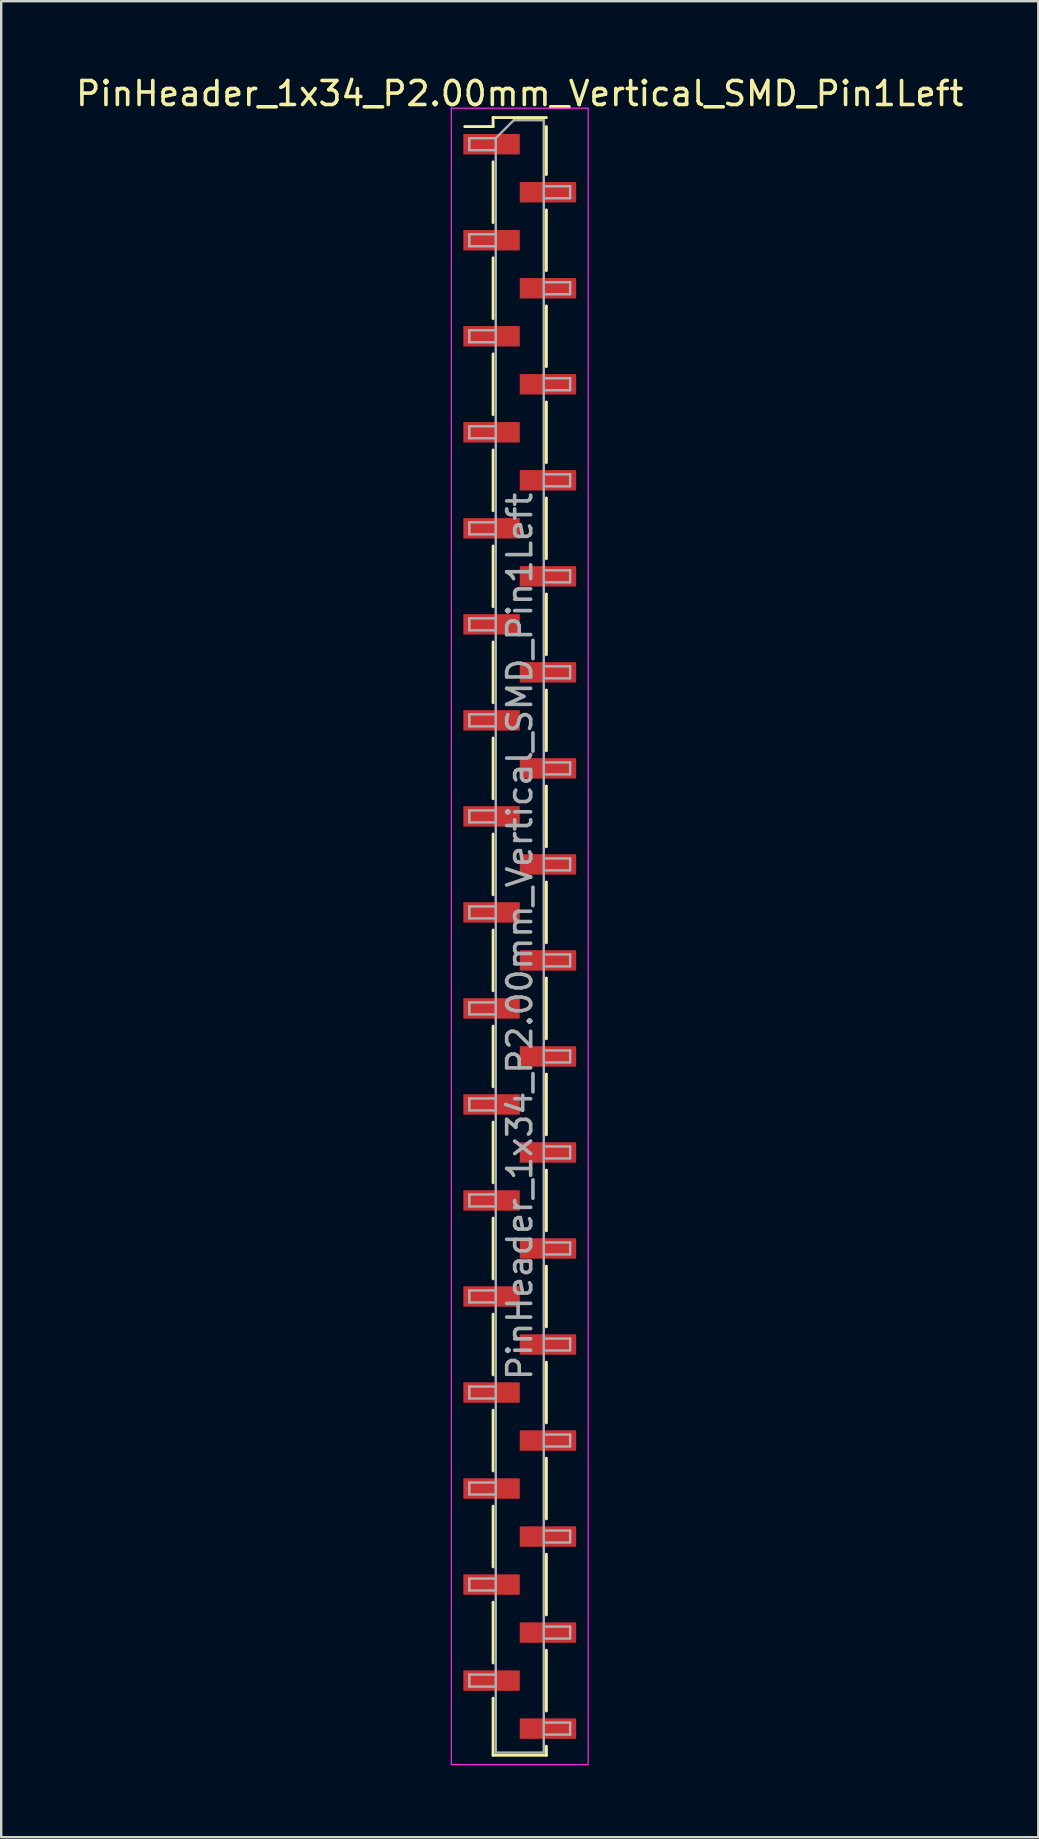
<source format=kicad_pcb>
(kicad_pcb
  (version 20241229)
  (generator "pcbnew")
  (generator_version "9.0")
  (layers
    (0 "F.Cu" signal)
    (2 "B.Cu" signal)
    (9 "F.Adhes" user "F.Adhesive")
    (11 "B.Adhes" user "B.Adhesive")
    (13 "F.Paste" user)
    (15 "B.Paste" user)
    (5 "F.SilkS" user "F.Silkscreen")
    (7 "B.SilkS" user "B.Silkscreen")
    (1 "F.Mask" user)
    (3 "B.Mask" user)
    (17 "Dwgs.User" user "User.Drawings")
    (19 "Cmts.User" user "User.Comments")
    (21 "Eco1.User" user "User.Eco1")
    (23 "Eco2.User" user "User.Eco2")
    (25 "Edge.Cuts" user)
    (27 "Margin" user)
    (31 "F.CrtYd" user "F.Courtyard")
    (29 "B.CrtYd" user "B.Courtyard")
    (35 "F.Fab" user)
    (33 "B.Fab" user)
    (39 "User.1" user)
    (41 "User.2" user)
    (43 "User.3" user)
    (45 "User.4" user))
  (footprint "PinHeader_1x34_P2.00mm_Vertical_SMD_Pin1Left"
    (layer "F.Cu")
    (at 18.601 35.958)
    (property "Reference" "PinHeader_1x34_P2.00mm_Vertical_SMD_Pin1Left" (at 0 -35.11 0) (layer "F.SilkS") (effects (font (size 1 1) (thickness 0.15))))
    (attr smd)
    (fp_line (start -1.11 -34.11) (end -1.11 -33.735) (stroke (width 0.12) (type solid)) (layer "F.SilkS"))
    (fp_line (start -1.11 -34.11) (end 1.11 -34.11) (stroke (width 0.12) (type solid)) (layer "F.SilkS"))
    (fp_line (start -1.11 -33.735) (end -2.29 -33.735) (stroke (width 0.12) (type solid)) (layer "F.SilkS"))
    (fp_line (start -1.11 -32.265) (end -1.11 -29.735) (stroke (width 0.12) (type solid)) (layer "F.SilkS"))
    (fp_line (start -1.11 -28.265) (end -1.11 -25.735) (stroke (width 0.12) (type solid)) (layer "F.SilkS"))
    (fp_line (start -1.11 -24.265) (end -1.11 -21.735) (stroke (width 0.12) (type solid)) (layer "F.SilkS"))
    (fp_line (start -1.11 -20.265) (end -1.11 -17.735) (stroke (width 0.12) (type solid)) (layer "F.SilkS"))
    (fp_line (start -1.11 -16.265) (end -1.11 -13.735) (stroke (width 0.12) (type solid)) (layer "F.SilkS"))
    (fp_line (start -1.11 -12.265) (end -1.11 -9.735) (stroke (width 0.12) (type solid)) (layer "F.SilkS"))
    (fp_line (start -1.11 -8.265) (end -1.11 -5.735) (stroke (width 0.12) (type solid)) (layer "F.SilkS"))
    (fp_line (start -1.11 -4.265) (end -1.11 -1.735) (stroke (width 0.12) (type solid)) (layer "F.SilkS"))
    (fp_line (start -1.11 -0.265) (end -1.11 2.265) (stroke (width 0.12) (type solid)) (layer "F.SilkS"))
    (fp_line (start -1.11 3.735) (end -1.11 6.265) (stroke (width 0.12) (type solid)) (layer "F.SilkS"))
    (fp_line (start -1.11 7.735) (end -1.11 10.265) (stroke (width 0.12) (type solid)) (layer "F.SilkS"))
    (fp_line (start -1.11 11.735) (end -1.11 14.265) (stroke (width 0.12) (type solid)) (layer "F.SilkS"))
    (fp_line (start -1.11 15.735) (end -1.11 18.265) (stroke (width 0.12) (type solid)) (layer "F.SilkS"))
    (fp_line (start -1.11 19.735) (end -1.11 22.265) (stroke (width 0.12) (type solid)) (layer "F.SilkS"))
    (fp_line (start -1.11 23.735) (end -1.11 26.265) (stroke (width 0.12) (type solid)) (layer "F.SilkS"))
    (fp_line (start -1.11 27.735) (end -1.11 30.265) (stroke (width 0.12) (type solid)) (layer "F.SilkS"))
    (fp_line (start -1.11 31.735) (end -1.11 34.11) (stroke (width 0.12) (type solid)) (layer "F.SilkS"))
    (fp_line (start -1.11 34.11) (end 1.11 34.11) (stroke (width 0.12) (type solid)) (layer "F.SilkS"))
    (fp_line (start 1.11 -33.735) (end 1.11 -31.735) (stroke (width 0.12) (type solid)) (layer "F.SilkS"))
    (fp_line (start 1.11 -30.265) (end 1.11 -27.735) (stroke (width 0.12) (type solid)) (layer "F.SilkS"))
    (fp_line (start 1.11 -26.265) (end 1.11 -23.735) (stroke (width 0.12) (type solid)) (layer "F.SilkS"))
    (fp_line (start 1.11 -22.265) (end 1.11 -19.735) (stroke (width 0.12) (type solid)) (layer "F.SilkS"))
    (fp_line (start 1.11 -18.265) (end 1.11 -15.735) (stroke (width 0.12) (type solid)) (layer "F.SilkS"))
    (fp_line (start 1.11 -14.265) (end 1.11 -11.735) (stroke (width 0.12) (type solid)) (layer "F.SilkS"))
    (fp_line (start 1.11 -10.265) (end 1.11 -7.735) (stroke (width 0.12) (type solid)) (layer "F.SilkS"))
    (fp_line (start 1.11 -6.265) (end 1.11 -3.735) (stroke (width 0.12) (type solid)) (layer "F.SilkS"))
    (fp_line (start 1.11 -2.265) (end 1.11 0.265) (stroke (width 0.12) (type solid)) (layer "F.SilkS"))
    (fp_line (start 1.11 1.735) (end 1.11 4.265) (stroke (width 0.12) (type solid)) (layer "F.SilkS"))
    (fp_line (start 1.11 5.735) (end 1.11 8.265) (stroke (width 0.12) (type solid)) (layer "F.SilkS"))
    (fp_line (start 1.11 9.735) (end 1.11 12.265) (stroke (width 0.12) (type solid)) (layer "F.SilkS"))
    (fp_line (start 1.11 13.735) (end 1.11 16.265) (stroke (width 0.12) (type solid)) (layer "F.SilkS"))
    (fp_line (start 1.11 17.735) (end 1.11 20.265) (stroke (width 0.12) (type solid)) (layer "F.SilkS"))
    (fp_line (start 1.11 21.735) (end 1.11 24.265) (stroke (width 0.12) (type solid)) (layer "F.SilkS"))
    (fp_line (start 1.11 25.735) (end 1.11 28.265) (stroke (width 0.12) (type solid)) (layer "F.SilkS"))
    (fp_line (start 1.11 29.735) (end 1.11 32.265) (stroke (width 0.12) (type solid)) (layer "F.SilkS"))
    (fp_line (start 1.11 33.735) (end 1.11 34.11) (stroke (width 0.12) (type solid)) (layer "F.SilkS"))
    (fp_line (start -2.85 -34.5) (end -2.85 34.5) (stroke (width 0.05) (type solid)) (layer "F.CrtYd"))
    (fp_line (start -2.85 34.5) (end 2.85 34.5) (stroke (width 0.05) (type solid)) (layer "F.CrtYd"))
    (fp_line (start 2.85 -34.5) (end -2.85 -34.5) (stroke (width 0.05) (type solid)) (layer "F.CrtYd"))
    (fp_line (start 2.85 34.5) (end 2.85 -34.5) (stroke (width 0.05) (type solid)) (layer "F.CrtYd"))
    (fp_line (start -2.1 -33.25) (end -2.1 -32.75) (stroke (width 0.1) (type solid)) (layer "F.Fab"))
    (fp_line (start -2.1 -32.75) (end -1 -32.75) (stroke (width 0.1) (type solid)) (layer "F.Fab"))
    (fp_line (start -2.1 -29.25) (end -2.1 -28.75) (stroke (width 0.1) (type solid)) (layer "F.Fab"))
    (fp_line (start -2.1 -28.75) (end -1 -28.75) (stroke (width 0.1) (type solid)) (layer "F.Fab"))
    (fp_line (start -2.1 -25.25) (end -2.1 -24.75) (stroke (width 0.1) (type solid)) (layer "F.Fab"))
    (fp_line (start -2.1 -24.75) (end -1 -24.75) (stroke (width 0.1) (type solid)) (layer "F.Fab"))
    (fp_line (start -2.1 -21.25) (end -2.1 -20.75) (stroke (width 0.1) (type solid)) (layer "F.Fab"))
    (fp_line (start -2.1 -20.75) (end -1 -20.75) (stroke (width 0.1) (type solid)) (layer "F.Fab"))
    (fp_line (start -2.1 -17.25) (end -2.1 -16.75) (stroke (width 0.1) (type solid)) (layer "F.Fab"))
    (fp_line (start -2.1 -16.75) (end -1 -16.75) (stroke (width 0.1) (type solid)) (layer "F.Fab"))
    (fp_line (start -2.1 -13.25) (end -2.1 -12.75) (stroke (width 0.1) (type solid)) (layer "F.Fab"))
    (fp_line (start -2.1 -12.75) (end -1 -12.75) (stroke (width 0.1) (type solid)) (layer "F.Fab"))
    (fp_line (start -2.1 -9.25) (end -2.1 -8.75) (stroke (width 0.1) (type solid)) (layer "F.Fab"))
    (fp_line (start -2.1 -8.75) (end -1 -8.75) (stroke (width 0.1) (type solid)) (layer "F.Fab"))
    (fp_line (start -2.1 -5.25) (end -2.1 -4.75) (stroke (width 0.1) (type solid)) (layer "F.Fab"))
    (fp_line (start -2.1 -4.75) (end -1 -4.75) (stroke (width 0.1) (type solid)) (layer "F.Fab"))
    (fp_line (start -2.1 -1.25) (end -2.1 -0.75) (stroke (width 0.1) (type solid)) (layer "F.Fab"))
    (fp_line (start -2.1 -0.75) (end -1 -0.75) (stroke (width 0.1) (type solid)) (layer "F.Fab"))
    (fp_line (start -2.1 2.75) (end -2.1 3.25) (stroke (width 0.1) (type solid)) (layer "F.Fab"))
    (fp_line (start -2.1 3.25) (end -1 3.25) (stroke (width 0.1) (type solid)) (layer "F.Fab"))
    (fp_line (start -2.1 6.75) (end -2.1 7.25) (stroke (width 0.1) (type solid)) (layer "F.Fab"))
    (fp_line (start -2.1 7.25) (end -1 7.25) (stroke (width 0.1) (type solid)) (layer "F.Fab"))
    (fp_line (start -2.1 10.75) (end -2.1 11.25) (stroke (width 0.1) (type solid)) (layer "F.Fab"))
    (fp_line (start -2.1 11.25) (end -1 11.25) (stroke (width 0.1) (type solid)) (layer "F.Fab"))
    (fp_line (start -2.1 14.75) (end -2.1 15.25) (stroke (width 0.1) (type solid)) (layer "F.Fab"))
    (fp_line (start -2.1 15.25) (end -1 15.25) (stroke (width 0.1) (type solid)) (layer "F.Fab"))
    (fp_line (start -2.1 18.75) (end -2.1 19.25) (stroke (width 0.1) (type solid)) (layer "F.Fab"))
    (fp_line (start -2.1 19.25) (end -1 19.25) (stroke (width 0.1) (type solid)) (layer "F.Fab"))
    (fp_line (start -2.1 22.75) (end -2.1 23.25) (stroke (width 0.1) (type solid)) (layer "F.Fab"))
    (fp_line (start -2.1 23.25) (end -1 23.25) (stroke (width 0.1) (type solid)) (layer "F.Fab"))
    (fp_line (start -2.1 26.75) (end -2.1 27.25) (stroke (width 0.1) (type solid)) (layer "F.Fab"))
    (fp_line (start -2.1 27.25) (end -1 27.25) (stroke (width 0.1) (type solid)) (layer "F.Fab"))
    (fp_line (start -2.1 30.75) (end -2.1 31.25) (stroke (width 0.1) (type solid)) (layer "F.Fab"))
    (fp_line (start -2.1 31.25) (end -1 31.25) (stroke (width 0.1) (type solid)) (layer "F.Fab"))
    (fp_line (start -1 -33.25) (end -2.1 -33.25) (stroke (width 0.1) (type solid)) (layer "F.Fab"))
    (fp_line (start -1 -33.25) (end -0.25 -34) (stroke (width 0.1) (type solid)) (layer "F.Fab"))
    (fp_line (start -1 -29.25) (end -2.1 -29.25) (stroke (width 0.1) (type solid)) (layer "F.Fab"))
    (fp_line (start -1 -25.25) (end -2.1 -25.25) (stroke (width 0.1) (type solid)) (layer "F.Fab"))
    (fp_line (start -1 -21.25) (end -2.1 -21.25) (stroke (width 0.1) (type solid)) (layer "F.Fab"))
    (fp_line (start -1 -17.25) (end -2.1 -17.25) (stroke (width 0.1) (type solid)) (layer "F.Fab"))
    (fp_line (start -1 -13.25) (end -2.1 -13.25) (stroke (width 0.1) (type solid)) (layer "F.Fab"))
    (fp_line (start -1 -9.25) (end -2.1 -9.25) (stroke (width 0.1) (type solid)) (layer "F.Fab"))
    (fp_line (start -1 -5.25) (end -2.1 -5.25) (stroke (width 0.1) (type solid)) (layer "F.Fab"))
    (fp_line (start -1 -1.25) (end -2.1 -1.25) (stroke (width 0.1) (type solid)) (layer "F.Fab"))
    (fp_line (start -1 2.75) (end -2.1 2.75) (stroke (width 0.1) (type solid)) (layer "F.Fab"))
    (fp_line (start -1 6.75) (end -2.1 6.75) (stroke (width 0.1) (type solid)) (layer "F.Fab"))
    (fp_line (start -1 10.75) (end -2.1 10.75) (stroke (width 0.1) (type solid)) (layer "F.Fab"))
    (fp_line (start -1 14.75) (end -2.1 14.75) (stroke (width 0.1) (type solid)) (layer "F.Fab"))
    (fp_line (start -1 18.75) (end -2.1 18.75) (stroke (width 0.1) (type solid)) (layer "F.Fab"))
    (fp_line (start -1 22.75) (end -2.1 22.75) (stroke (width 0.1) (type solid)) (layer "F.Fab"))
    (fp_line (start -1 26.75) (end -2.1 26.75) (stroke (width 0.1) (type solid)) (layer "F.Fab"))
    (fp_line (start -1 30.75) (end -2.1 30.75) (stroke (width 0.1) (type solid)) (layer "F.Fab"))
    (fp_line (start -1 34) (end -1 -33.25) (stroke (width 0.1) (type solid)) (layer "F.Fab"))
    (fp_line (start -0.25 -34) (end 1 -34) (stroke (width 0.1) (type solid)) (layer "F.Fab"))
    (fp_line (start 1 -34) (end 1 34) (stroke (width 0.1) (type solid)) (layer "F.Fab"))
    (fp_line (start 1 -31.25) (end 2.1 -31.25) (stroke (width 0.1) (type solid)) (layer "F.Fab"))
    (fp_line (start 1 -27.25) (end 2.1 -27.25) (stroke (width 0.1) (type solid)) (layer "F.Fab"))
    (fp_line (start 1 -23.25) (end 2.1 -23.25) (stroke (width 0.1) (type solid)) (layer "F.Fab"))
    (fp_line (start 1 -19.25) (end 2.1 -19.25) (stroke (width 0.1) (type solid)) (layer "F.Fab"))
    (fp_line (start 1 -15.25) (end 2.1 -15.25) (stroke (width 0.1) (type solid)) (layer "F.Fab"))
    (fp_line (start 1 -11.25) (end 2.1 -11.25) (stroke (width 0.1) (type solid)) (layer "F.Fab"))
    (fp_line (start 1 -7.25) (end 2.1 -7.25) (stroke (width 0.1) (type solid)) (layer "F.Fab"))
    (fp_line (start 1 -3.25) (end 2.1 -3.25) (stroke (width 0.1) (type solid)) (layer "F.Fab"))
    (fp_line (start 1 0.75) (end 2.1 0.75) (stroke (width 0.1) (type solid)) (layer "F.Fab"))
    (fp_line (start 1 4.75) (end 2.1 4.75) (stroke (width 0.1) (type solid)) (layer "F.Fab"))
    (fp_line (start 1 8.75) (end 2.1 8.75) (stroke (width 0.1) (type solid)) (layer "F.Fab"))
    (fp_line (start 1 12.75) (end 2.1 12.75) (stroke (width 0.1) (type solid)) (layer "F.Fab"))
    (fp_line (start 1 16.75) (end 2.1 16.75) (stroke (width 0.1) (type solid)) (layer "F.Fab"))
    (fp_line (start 1 20.75) (end 2.1 20.75) (stroke (width 0.1) (type solid)) (layer "F.Fab"))
    (fp_line (start 1 24.75) (end 2.1 24.75) (stroke (width 0.1) (type solid)) (layer "F.Fab"))
    (fp_line (start 1 28.75) (end 2.1 28.75) (stroke (width 0.1) (type solid)) (layer "F.Fab"))
    (fp_line (start 1 32.75) (end 2.1 32.75) (stroke (width 0.1) (type solid)) (layer "F.Fab"))
    (fp_line (start 1 34) (end -1 34) (stroke (width 0.1) (type solid)) (layer "F.Fab"))
    (fp_line (start 2.1 -31.25) (end 2.1 -30.75) (stroke (width 0.1) (type solid)) (layer "F.Fab"))
    (fp_line (start 2.1 -30.75) (end 1 -30.75) (stroke (width 0.1) (type solid)) (layer "F.Fab"))
    (fp_line (start 2.1 -27.25) (end 2.1 -26.75) (stroke (width 0.1) (type solid)) (layer "F.Fab"))
    (fp_line (start 2.1 -26.75) (end 1 -26.75) (stroke (width 0.1) (type solid)) (layer "F.Fab"))
    (fp_line (start 2.1 -23.25) (end 2.1 -22.75) (stroke (width 0.1) (type solid)) (layer "F.Fab"))
    (fp_line (start 2.1 -22.75) (end 1 -22.75) (stroke (width 0.1) (type solid)) (layer "F.Fab"))
    (fp_line (start 2.1 -19.25) (end 2.1 -18.75) (stroke (width 0.1) (type solid)) (layer "F.Fab"))
    (fp_line (start 2.1 -18.75) (end 1 -18.75) (stroke (width 0.1) (type solid)) (layer "F.Fab"))
    (fp_line (start 2.1 -15.25) (end 2.1 -14.75) (stroke (width 0.1) (type solid)) (layer "F.Fab"))
    (fp_line (start 2.1 -14.75) (end 1 -14.75) (stroke (width 0.1) (type solid)) (layer "F.Fab"))
    (fp_line (start 2.1 -11.25) (end 2.1 -10.75) (stroke (width 0.1) (type solid)) (layer "F.Fab"))
    (fp_line (start 2.1 -10.75) (end 1 -10.75) (stroke (width 0.1) (type solid)) (layer "F.Fab"))
    (fp_line (start 2.1 -7.25) (end 2.1 -6.75) (stroke (width 0.1) (type solid)) (layer "F.Fab"))
    (fp_line (start 2.1 -6.75) (end 1 -6.75) (stroke (width 0.1) (type solid)) (layer "F.Fab"))
    (fp_line (start 2.1 -3.25) (end 2.1 -2.75) (stroke (width 0.1) (type solid)) (layer "F.Fab"))
    (fp_line (start 2.1 -2.75) (end 1 -2.75) (stroke (width 0.1) (type solid)) (layer "F.Fab"))
    (fp_line (start 2.1 0.75) (end 2.1 1.25) (stroke (width 0.1) (type solid)) (layer "F.Fab"))
    (fp_line (start 2.1 1.25) (end 1 1.25) (stroke (width 0.1) (type solid)) (layer "F.Fab"))
    (fp_line (start 2.1 4.75) (end 2.1 5.25) (stroke (width 0.1) (type solid)) (layer "F.Fab"))
    (fp_line (start 2.1 5.25) (end 1 5.25) (stroke (width 0.1) (type solid)) (layer "F.Fab"))
    (fp_line (start 2.1 8.75) (end 2.1 9.25) (stroke (width 0.1) (type solid)) (layer "F.Fab"))
    (fp_line (start 2.1 9.25) (end 1 9.25) (stroke (width 0.1) (type solid)) (layer "F.Fab"))
    (fp_line (start 2.1 12.75) (end 2.1 13.25) (stroke (width 0.1) (type solid)) (layer "F.Fab"))
    (fp_line (start 2.1 13.25) (end 1 13.25) (stroke (width 0.1) (type solid)) (layer "F.Fab"))
    (fp_line (start 2.1 16.75) (end 2.1 17.25) (stroke (width 0.1) (type solid)) (layer "F.Fab"))
    (fp_line (start 2.1 17.25) (end 1 17.25) (stroke (width 0.1) (type solid)) (layer "F.Fab"))
    (fp_line (start 2.1 20.75) (end 2.1 21.25) (stroke (width 0.1) (type solid)) (layer "F.Fab"))
    (fp_line (start 2.1 21.25) (end 1 21.25) (stroke (width 0.1) (type solid)) (layer "F.Fab"))
    (fp_line (start 2.1 24.75) (end 2.1 25.25) (stroke (width 0.1) (type solid)) (layer "F.Fab"))
    (fp_line (start 2.1 25.25) (end 1 25.25) (stroke (width 0.1) (type solid)) (layer "F.Fab"))
    (fp_line (start 2.1 28.75) (end 2.1 29.25) (stroke (width 0.1) (type solid)) (layer "F.Fab"))
    (fp_line (start 2.1 29.25) (end 1 29.25) (stroke (width 0.1) (type solid)) (layer "F.Fab"))
    (fp_line (start 2.1 32.75) (end 2.1 33.25) (stroke (width 0.1) (type solid)) (layer "F.Fab"))
    (fp_line (start 2.1 33.25) (end 1 33.25) (stroke (width 0.1) (type solid)) (layer "F.Fab"))
    (fp_text user "${REFERENCE}" (at 0 0 90) (layer "F.Fab") (effects (font (size 1 1) (thickness 0.15))))
    (pad "1" smd rect (at -1.175 -33) (size 2.35 0.85) (layers "F.Cu" "F.Mask" "F.Paste"))
    (pad "2" smd rect (at 1.175 -31) (size 2.35 0.85) (layers "F.Cu" "F.Mask" "F.Paste"))
    (pad "3" smd rect (at -1.175 -29) (size 2.35 0.85) (layers "F.Cu" "F.Mask" "F.Paste"))
    (pad "4" smd rect (at 1.175 -27) (size 2.35 0.85) (layers "F.Cu" "F.Mask" "F.Paste"))
    (pad "5" smd rect (at -1.175 -25) (size 2.35 0.85) (layers "F.Cu" "F.Mask" "F.Paste"))
    (pad "6" smd rect (at 1.175 -23) (size 2.35 0.85) (layers "F.Cu" "F.Mask" "F.Paste"))
    (pad "7" smd rect (at -1.175 -21) (size 2.35 0.85) (layers "F.Cu" "F.Mask" "F.Paste"))
    (pad "8" smd rect (at 1.175 -19) (size 2.35 0.85) (layers "F.Cu" "F.Mask" "F.Paste"))
    (pad "9" smd rect (at -1.175 -17) (size 2.35 0.85) (layers "F.Cu" "F.Mask" "F.Paste"))
    (pad "10" smd rect (at 1.175 -15) (size 2.35 0.85) (layers "F.Cu" "F.Mask" "F.Paste"))
    (pad "11" smd rect (at -1.175 -13) (size 2.35 0.85) (layers "F.Cu" "F.Mask" "F.Paste"))
    (pad "12" smd rect (at 1.175 -11) (size 2.35 0.85) (layers "F.Cu" "F.Mask" "F.Paste"))
    (pad "13" smd rect (at -1.175 -9) (size 2.35 0.85) (layers "F.Cu" "F.Mask" "F.Paste"))
    (pad "14" smd rect (at 1.175 -7) (size 2.35 0.85) (layers "F.Cu" "F.Mask" "F.Paste"))
    (pad "15" smd rect (at -1.175 -5) (size 2.35 0.85) (layers "F.Cu" "F.Mask" "F.Paste"))
    (pad "16" smd rect (at 1.175 -3) (size 2.35 0.85) (layers "F.Cu" "F.Mask" "F.Paste"))
    (pad "17" smd rect (at -1.175 -1) (size 2.35 0.85) (layers "F.Cu" "F.Mask" "F.Paste"))
    (pad "18" smd rect (at 1.175 1) (size 2.35 0.85) (layers "F.Cu" "F.Mask" "F.Paste"))
    (pad "19" smd rect (at -1.175 3) (size 2.35 0.85) (layers "F.Cu" "F.Mask" "F.Paste"))
    (pad "20" smd rect (at 1.175 5) (size 2.35 0.85) (layers "F.Cu" "F.Mask" "F.Paste"))
    (pad "21" smd rect (at -1.175 7) (size 2.35 0.85) (layers "F.Cu" "F.Mask" "F.Paste"))
    (pad "22" smd rect (at 1.175 9) (size 2.35 0.85) (layers "F.Cu" "F.Mask" "F.Paste"))
    (pad "23" smd rect (at -1.175 11) (size 2.35 0.85) (layers "F.Cu" "F.Mask" "F.Paste"))
    (pad "24" smd rect (at 1.175 13) (size 2.35 0.85) (layers "F.Cu" "F.Mask" "F.Paste"))
    (pad "25" smd rect (at -1.175 15) (size 2.35 0.85) (layers "F.Cu" "F.Mask" "F.Paste"))
    (pad "26" smd rect (at 1.175 17) (size 2.35 0.85) (layers "F.Cu" "F.Mask" "F.Paste"))
    (pad "27" smd rect (at -1.175 19) (size 2.35 0.85) (layers "F.Cu" "F.Mask" "F.Paste"))
    (pad "28" smd rect (at 1.175 21) (size 2.35 0.85) (layers "F.Cu" "F.Mask" "F.Paste"))
    (pad "29" smd rect (at -1.175 23) (size 2.35 0.85) (layers "F.Cu" "F.Mask" "F.Paste"))
    (pad "30" smd rect (at 1.175 25) (size 2.35 0.85) (layers "F.Cu" "F.Mask" "F.Paste"))
    (pad "31" smd rect (at -1.175 27) (size 2.35 0.85) (layers "F.Cu" "F.Mask" "F.Paste"))
    (pad "32" smd rect (at 1.175 29) (size 2.35 0.85) (layers "F.Cu" "F.Mask" "F.Paste"))
    (pad "33" smd rect (at -1.175 31) (size 2.35 0.85) (layers "F.Cu" "F.Mask" "F.Paste"))
    (pad "34" smd rect (at 1.175 33) (size 2.35 0.85) (layers "F.Cu" "F.Mask" "F.Paste")))
  (gr_rect
    (start -3 -3)
    (end 40.202 73.483)
    (stroke (width 0.1) (type default))
    (fill no)
    (layer "Edge.Cuts")))
</source>
